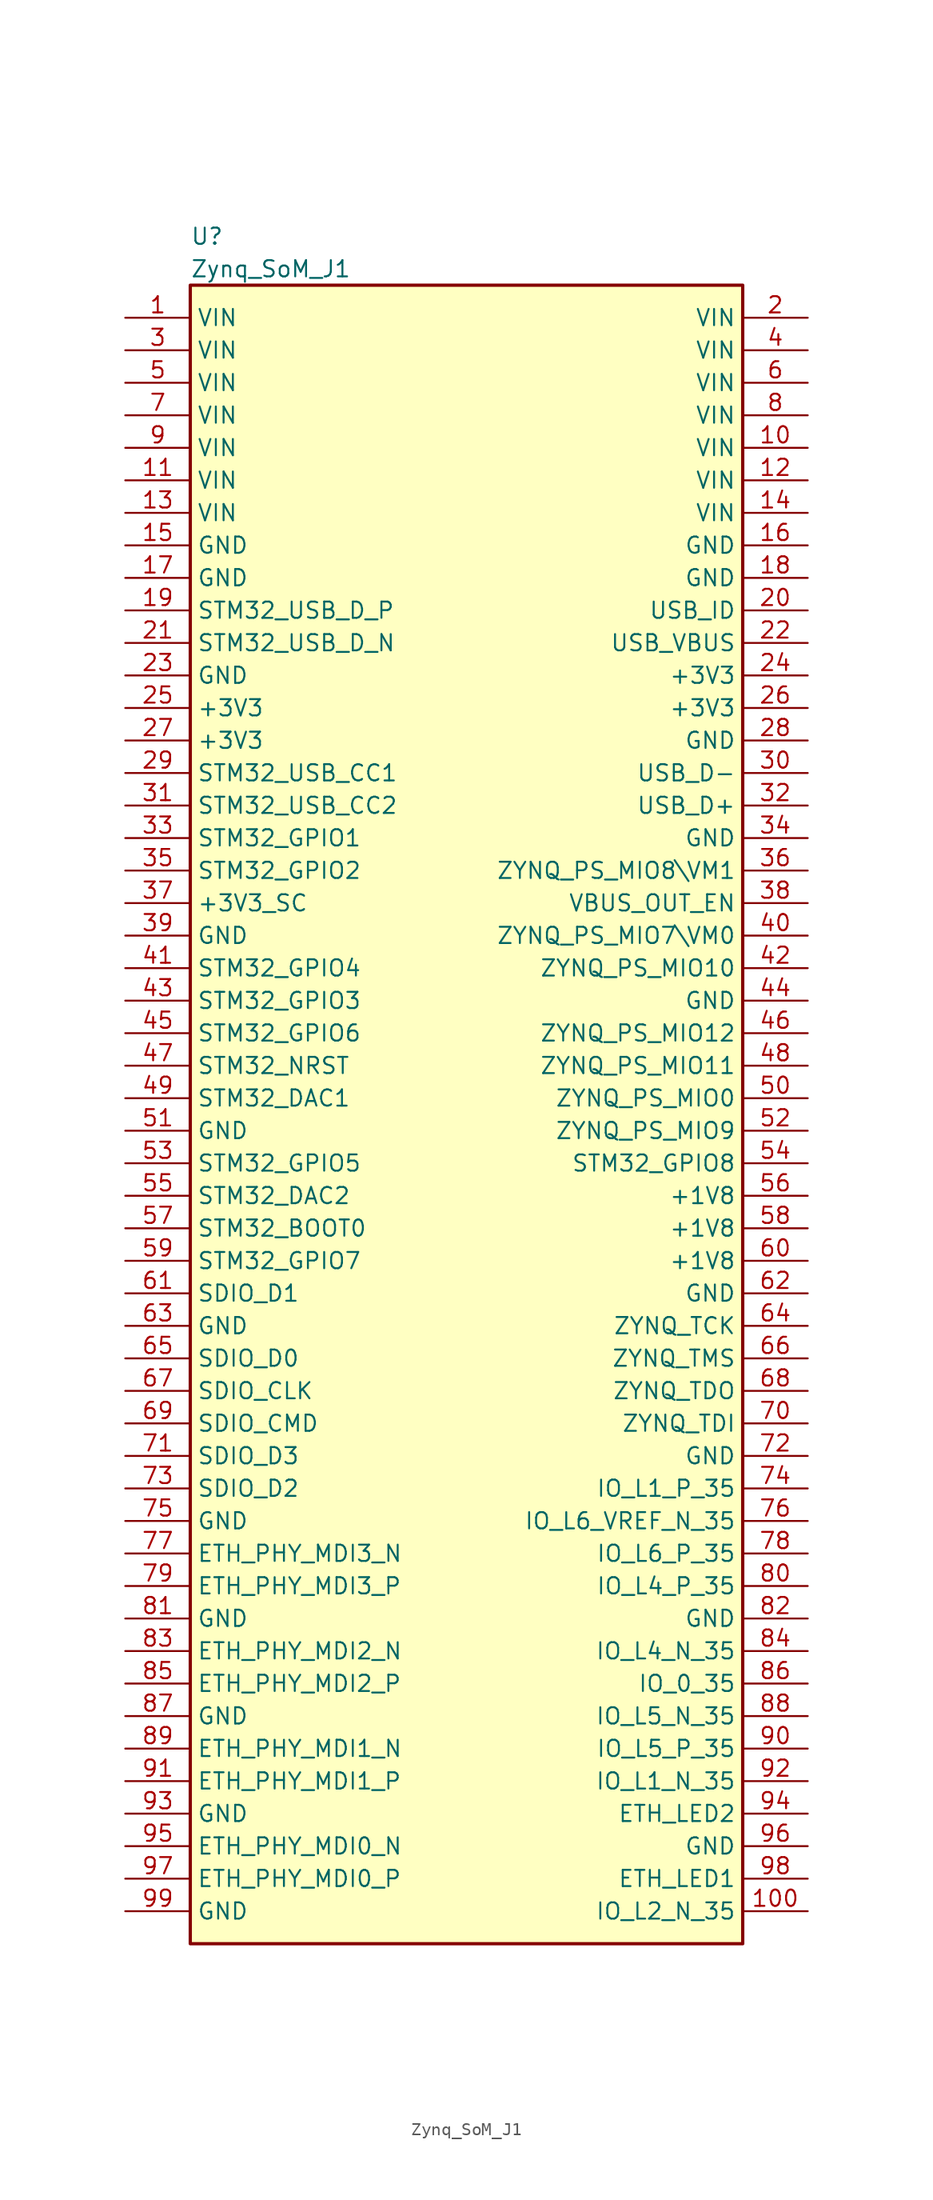
<source format=kicad_sym>
(kicad_symbol_lib
  (version 20231120)
  (generator "kicad_symbol_editor")
  (generator_version "8.0")
  (symbol "Zynq_SoM_J1"
    (property "Reference" "U"
      (at 5.08 6.35 0)
      (effects (font (size 1.27 1.27)) (justify left)))
    (property "Value" "Zynq_SoM_J1"
      (at 5.08 3.81 0)
      (effects (font (size 1.27 1.27)) (justify left)))
    (property "ki_locked" ""
      (at 0 0 0)
      (effects (font (size 1.27 1.27))))
    (symbol "Zynq_SoM_J1_1_1"
      (rectangle (start 5.08 2.54) (end 48.26 -127) (stroke (width 0.254) (type solid)) (fill (type background)))
      (pin bidirectional line (at 0 0 0) (length 5.08) (name "VIN" (effects (font (size 1.27 1.27)))) (number "1" (effects (font (size 1.27 1.27)))))
      (pin bidirectional line (at 53.34 -10.16 180) (length 5.08) (name "VIN" (effects (font (size 1.27 1.27)))) (number "10" (effects (font (size 1.27 1.27)))))
      (pin bidirectional line (at 53.34 -124.46 180) (length 5.08) (name "IO_L2_N_35" (effects (font (size 1.27 1.27)))) (number "100" (effects (font (size 1.27 1.27)))))
      (pin bidirectional line (at 0 -12.7 0) (length 5.08) (name "VIN" (effects (font (size 1.27 1.27)))) (number "11" (effects (font (size 1.27 1.27)))))
      (pin bidirectional line (at 53.34 -12.7 180) (length 5.08) (name "VIN" (effects (font (size 1.27 1.27)))) (number "12" (effects (font (size 1.27 1.27)))))
      (pin bidirectional line (at 0 -15.24 0) (length 5.08) (name "VIN" (effects (font (size 1.27 1.27)))) (number "13" (effects (font (size 1.27 1.27)))))
      (pin bidirectional line (at 53.34 -15.24 180) (length 5.08) (name "VIN" (effects (font (size 1.27 1.27)))) (number "14" (effects (font (size 1.27 1.27)))))
      (pin bidirectional line (at 0 -17.78 0) (length 5.08) (name "GND" (effects (font (size 1.27 1.27)))) (number "15" (effects (font (size 1.27 1.27)))))
      (pin bidirectional line (at 53.34 -17.78 180) (length 5.08) (name "GND" (effects (font (size 1.27 1.27)))) (number "16" (effects (font (size 1.27 1.27)))))
      (pin bidirectional line (at 0 -20.32 0) (length 5.08) (name "GND" (effects (font (size 1.27 1.27)))) (number "17" (effects (font (size 1.27 1.27)))))
      (pin bidirectional line (at 53.34 -20.32 180) (length 5.08) (name "GND" (effects (font (size 1.27 1.27)))) (number "18" (effects (font (size 1.27 1.27)))))
      (pin bidirectional line (at 0 -22.86 0) (length 5.08) (name "STM32_USB_D_P" (effects (font (size 1.27 1.27)))) (number "19" (effects (font (size 1.27 1.27)))))
      (pin bidirectional line (at 53.34 0 180) (length 5.08) (name "VIN" (effects (font (size 1.27 1.27)))) (number "2" (effects (font (size 1.27 1.27)))))
      (pin bidirectional line (at 53.34 -22.86 180) (length 5.08) (name "USB_ID" (effects (font (size 1.27 1.27)))) (number "20" (effects (font (size 1.27 1.27)))))
      (pin bidirectional line (at 0 -25.4 0) (length 5.08) (name "STM32_USB_D_N" (effects (font (size 1.27 1.27)))) (number "21" (effects (font (size 1.27 1.27)))))
      (pin bidirectional line (at 53.34 -25.4 180) (length 5.08) (name "USB_VBUS" (effects (font (size 1.27 1.27)))) (number "22" (effects (font (size 1.27 1.27)))))
      (pin bidirectional line (at 0 -27.94 0) (length 5.08) (name "GND" (effects (font (size 1.27 1.27)))) (number "23" (effects (font (size 1.27 1.27)))))
      (pin bidirectional line (at 53.34 -27.94 180) (length 5.08) (name "+3V3" (effects (font (size 1.27 1.27)))) (number "24" (effects (font (size 1.27 1.27)))))
      (pin bidirectional line (at 0 -30.48 0) (length 5.08) (name "+3V3" (effects (font (size 1.27 1.27)))) (number "25" (effects (font (size 1.27 1.27)))))
      (pin bidirectional line (at 53.34 -30.48 180) (length 5.08) (name "+3V3" (effects (font (size 1.27 1.27)))) (number "26" (effects (font (size 1.27 1.27)))))
      (pin bidirectional line (at 0 -33.02 0) (length 5.08) (name "+3V3" (effects (font (size 1.27 1.27)))) (number "27" (effects (font (size 1.27 1.27)))))
      (pin bidirectional line (at 53.34 -33.02 180) (length 5.08) (name "GND" (effects (font (size 1.27 1.27)))) (number "28" (effects (font (size 1.27 1.27)))))
      (pin bidirectional line (at 0 -35.56 0) (length 5.08) (name "STM32_USB_CC1" (effects (font (size 1.27 1.27)))) (number "29" (effects (font (size 1.27 1.27)))))
      (pin bidirectional line (at 0 -2.54 0) (length 5.08) (name "VIN" (effects (font (size 1.27 1.27)))) (number "3" (effects (font (size 1.27 1.27)))))
      (pin bidirectional line (at 53.34 -35.56 180) (length 5.08) (name "USB_D-" (effects (font (size 1.27 1.27)))) (number "30" (effects (font (size 1.27 1.27)))))
      (pin bidirectional line (at 0 -38.1 0) (length 5.08) (name "STM32_USB_CC2" (effects (font (size 1.27 1.27)))) (number "31" (effects (font (size 1.27 1.27)))))
      (pin bidirectional line (at 53.34 -38.1 180) (length 5.08) (name "USB_D+" (effects (font (size 1.27 1.27)))) (number "32" (effects (font (size 1.27 1.27)))))
      (pin bidirectional line (at 0 -40.64 0) (length 5.08) (name "STM32_GPIO1" (effects (font (size 1.27 1.27)))) (number "33" (effects (font (size 1.27 1.27)))))
      (pin bidirectional line (at 53.34 -40.64 180) (length 5.08) (name "GND" (effects (font (size 1.27 1.27)))) (number "34" (effects (font (size 1.27 1.27)))))
      (pin bidirectional line (at 0 -43.18 0) (length 5.08) (name "STM32_GPIO2" (effects (font (size 1.27 1.27)))) (number "35" (effects (font (size 1.27 1.27)))))
      (pin bidirectional line (at 53.34 -43.18 180) (length 5.08) (name "ZYNQ_PS_MIO8\\VM1" (effects (font (size 1.27 1.27)))) (number "36" (effects (font (size 1.27 1.27)))))
      (pin bidirectional line (at 0 -45.72 0) (length 5.08) (name "+3V3_SC" (effects (font (size 1.27 1.27)))) (number "37" (effects (font (size 1.27 1.27)))))
      (pin bidirectional line (at 53.34 -45.72 180) (length 5.08) (name "VBUS_OUT_EN" (effects (font (size 1.27 1.27)))) (number "38" (effects (font (size 1.27 1.27)))))
      (pin bidirectional line (at 0 -48.26 0) (length 5.08) (name "GND" (effects (font (size 1.27 1.27)))) (number "39" (effects (font (size 1.27 1.27)))))
      (pin bidirectional line (at 53.34 -2.54 180) (length 5.08) (name "VIN" (effects (font (size 1.27 1.27)))) (number "4" (effects (font (size 1.27 1.27)))))
      (pin bidirectional line (at 53.34 -48.26 180) (length 5.08) (name "ZYNQ_PS_MIO7\\VM0" (effects (font (size 1.27 1.27)))) (number "40" (effects (font (size 1.27 1.27)))))
      (pin bidirectional line (at 0 -50.8 0) (length 5.08) (name "STM32_GPIO4" (effects (font (size 1.27 1.27)))) (number "41" (effects (font (size 1.27 1.27)))))
      (pin bidirectional line (at 53.34 -50.8 180) (length 5.08) (name "ZYNQ_PS_MIO10" (effects (font (size 1.27 1.27)))) (number "42" (effects (font (size 1.27 1.27)))))
      (pin bidirectional line (at 0 -53.34 0) (length 5.08) (name "STM32_GPIO3" (effects (font (size 1.27 1.27)))) (number "43" (effects (font (size 1.27 1.27)))))
      (pin bidirectional line (at 53.34 -53.34 180) (length 5.08) (name "GND" (effects (font (size 1.27 1.27)))) (number "44" (effects (font (size 1.27 1.27)))))
      (pin bidirectional line (at 0 -55.88 0) (length 5.08) (name "STM32_GPIO6" (effects (font (size 1.27 1.27)))) (number "45" (effects (font (size 1.27 1.27)))))
      (pin bidirectional line (at 53.34 -55.88 180) (length 5.08) (name "ZYNQ_PS_MIO12" (effects (font (size 1.27 1.27)))) (number "46" (effects (font (size 1.27 1.27)))))
      (pin bidirectional line (at 0 -58.42 0) (length 5.08) (name "STM32_NRST" (effects (font (size 1.27 1.27)))) (number "47" (effects (font (size 1.27 1.27)))))
      (pin bidirectional line (at 53.34 -58.42 180) (length 5.08) (name "ZYNQ_PS_MIO11" (effects (font (size 1.27 1.27)))) (number "48" (effects (font (size 1.27 1.27)))))
      (pin bidirectional line (at 0 -60.96 0) (length 5.08) (name "STM32_DAC1" (effects (font (size 1.27 1.27)))) (number "49" (effects (font (size 1.27 1.27)))))
      (pin bidirectional line (at 0 -5.08 0) (length 5.08) (name "VIN" (effects (font (size 1.27 1.27)))) (number "5" (effects (font (size 1.27 1.27)))))
      (pin bidirectional line (at 53.34 -60.96 180) (length 5.08) (name "ZYNQ_PS_MIO0" (effects (font (size 1.27 1.27)))) (number "50" (effects (font (size 1.27 1.27)))))
      (pin bidirectional line (at 0 -63.5 0) (length 5.08) (name "GND" (effects (font (size 1.27 1.27)))) (number "51" (effects (font (size 1.27 1.27)))))
      (pin bidirectional line (at 53.34 -63.5 180) (length 5.08) (name "ZYNQ_PS_MIO9" (effects (font (size 1.27 1.27)))) (number "52" (effects (font (size 1.27 1.27)))))
      (pin bidirectional line (at 0 -66.04 0) (length 5.08) (name "STM32_GPIO5" (effects (font (size 1.27 1.27)))) (number "53" (effects (font (size 1.27 1.27)))))
      (pin bidirectional line (at 53.34 -66.04 180) (length 5.08) (name "STM32_GPIO8" (effects (font (size 1.27 1.27)))) (number "54" (effects (font (size 1.27 1.27)))))
      (pin bidirectional line (at 0 -68.58 0) (length 5.08) (name "STM32_DAC2" (effects (font (size 1.27 1.27)))) (number "55" (effects (font (size 1.27 1.27)))))
      (pin bidirectional line (at 53.34 -68.58 180) (length 5.08) (name "+1V8" (effects (font (size 1.27 1.27)))) (number "56" (effects (font (size 1.27 1.27)))))
      (pin bidirectional line (at 0 -71.12 0) (length 5.08) (name "STM32_BOOT0" (effects (font (size 1.27 1.27)))) (number "57" (effects (font (size 1.27 1.27)))))
      (pin bidirectional line (at 53.34 -71.12 180) (length 5.08) (name "+1V8" (effects (font (size 1.27 1.27)))) (number "58" (effects (font (size 1.27 1.27)))))
      (pin bidirectional line (at 0 -73.66 0) (length 5.08) (name "STM32_GPIO7" (effects (font (size 1.27 1.27)))) (number "59" (effects (font (size 1.27 1.27)))))
      (pin bidirectional line (at 53.34 -5.08 180) (length 5.08) (name "VIN" (effects (font (size 1.27 1.27)))) (number "6" (effects (font (size 1.27 1.27)))))
      (pin bidirectional line (at 53.34 -73.66 180) (length 5.08) (name "+1V8" (effects (font (size 1.27 1.27)))) (number "60" (effects (font (size 1.27 1.27)))))
      (pin bidirectional line (at 0 -76.2 0) (length 5.08) (name "SDIO_D1" (effects (font (size 1.27 1.27)))) (number "61" (effects (font (size 1.27 1.27)))))
      (pin bidirectional line (at 53.34 -76.2 180) (length 5.08) (name "GND" (effects (font (size 1.27 1.27)))) (number "62" (effects (font (size 1.27 1.27)))))
      (pin bidirectional line (at 0 -78.74 0) (length 5.08) (name "GND" (effects (font (size 1.27 1.27)))) (number "63" (effects (font (size 1.27 1.27)))))
      (pin bidirectional line (at 53.34 -78.74 180) (length 5.08) (name "ZYNQ_TCK" (effects (font (size 1.27 1.27)))) (number "64" (effects (font (size 1.27 1.27)))))
      (pin bidirectional line (at 0 -81.28 0) (length 5.08) (name "SDIO_D0" (effects (font (size 1.27 1.27)))) (number "65" (effects (font (size 1.27 1.27)))))
      (pin bidirectional line (at 53.34 -81.28 180) (length 5.08) (name "ZYNQ_TMS" (effects (font (size 1.27 1.27)))) (number "66" (effects (font (size 1.27 1.27)))))
      (pin bidirectional line (at 0 -83.82 0) (length 5.08) (name "SDIO_CLK" (effects (font (size 1.27 1.27)))) (number "67" (effects (font (size 1.27 1.27)))))
      (pin bidirectional line (at 53.34 -83.82 180) (length 5.08) (name "ZYNQ_TDO" (effects (font (size 1.27 1.27)))) (number "68" (effects (font (size 1.27 1.27)))))
      (pin bidirectional line (at 0 -86.36 0) (length 5.08) (name "SDIO_CMD" (effects (font (size 1.27 1.27)))) (number "69" (effects (font (size 1.27 1.27)))))
      (pin bidirectional line (at 0 -7.62 0) (length 5.08) (name "VIN" (effects (font (size 1.27 1.27)))) (number "7" (effects (font (size 1.27 1.27)))))
      (pin bidirectional line (at 53.34 -86.36 180) (length 5.08) (name "ZYNQ_TDI" (effects (font (size 1.27 1.27)))) (number "70" (effects (font (size 1.27 1.27)))))
      (pin bidirectional line (at 0 -88.9 0) (length 5.08) (name "SDIO_D3" (effects (font (size 1.27 1.27)))) (number "71" (effects (font (size 1.27 1.27)))))
      (pin bidirectional line (at 53.34 -88.9 180) (length 5.08) (name "GND" (effects (font (size 1.27 1.27)))) (number "72" (effects (font (size 1.27 1.27)))))
      (pin bidirectional line (at 0 -91.44 0) (length 5.08) (name "SDIO_D2" (effects (font (size 1.27 1.27)))) (number "73" (effects (font (size 1.27 1.27)))))
      (pin bidirectional line (at 53.34 -91.44 180) (length 5.08) (name "IO_L1_P_35" (effects (font (size 1.27 1.27)))) (number "74" (effects (font (size 1.27 1.27)))))
      (pin bidirectional line (at 0 -93.98 0) (length 5.08) (name "GND" (effects (font (size 1.27 1.27)))) (number "75" (effects (font (size 1.27 1.27)))))
      (pin bidirectional line (at 53.34 -93.98 180) (length 5.08) (name "IO_L6_VREF_N_35" (effects (font (size 1.27 1.27)))) (number "76" (effects (font (size 1.27 1.27)))))
      (pin bidirectional line (at 0 -96.52 0) (length 5.08) (name "ETH_PHY_MDI3_N" (effects (font (size 1.27 1.27)))) (number "77" (effects (font (size 1.27 1.27)))))
      (pin bidirectional line (at 53.34 -96.52 180) (length 5.08) (name "IO_L6_P_35" (effects (font (size 1.27 1.27)))) (number "78" (effects (font (size 1.27 1.27)))))
      (pin bidirectional line (at 0 -99.06 0) (length 5.08) (name "ETH_PHY_MDI3_P" (effects (font (size 1.27 1.27)))) (number "79" (effects (font (size 1.27 1.27)))))
      (pin bidirectional line (at 53.34 -7.62 180) (length 5.08) (name "VIN" (effects (font (size 1.27 1.27)))) (number "8" (effects (font (size 1.27 1.27)))))
      (pin bidirectional line (at 53.34 -99.06 180) (length 5.08) (name "IO_L4_P_35" (effects (font (size 1.27 1.27)))) (number "80" (effects (font (size 1.27 1.27)))))
      (pin bidirectional line (at 0 -101.6 0) (length 5.08) (name "GND" (effects (font (size 1.27 1.27)))) (number "81" (effects (font (size 1.27 1.27)))))
      (pin bidirectional line (at 53.34 -101.6 180) (length 5.08) (name "GND" (effects (font (size 1.27 1.27)))) (number "82" (effects (font (size 1.27 1.27)))))
      (pin bidirectional line (at 0 -104.14 0) (length 5.08) (name "ETH_PHY_MDI2_N" (effects (font (size 1.27 1.27)))) (number "83" (effects (font (size 1.27 1.27)))))
      (pin bidirectional line (at 53.34 -104.14 180) (length 5.08) (name "IO_L4_N_35" (effects (font (size 1.27 1.27)))) (number "84" (effects (font (size 1.27 1.27)))))
      (pin bidirectional line (at 0 -106.68 0) (length 5.08) (name "ETH_PHY_MDI2_P" (effects (font (size 1.27 1.27)))) (number "85" (effects (font (size 1.27 1.27)))))
      (pin bidirectional line (at 53.34 -106.68 180) (length 5.08) (name "IO_0_35" (effects (font (size 1.27 1.27)))) (number "86" (effects (font (size 1.27 1.27)))))
      (pin bidirectional line (at 0 -109.22 0) (length 5.08) (name "GND" (effects (font (size 1.27 1.27)))) (number "87" (effects (font (size 1.27 1.27)))))
      (pin bidirectional line (at 53.34 -109.22 180) (length 5.08) (name "IO_L5_N_35" (effects (font (size 1.27 1.27)))) (number "88" (effects (font (size 1.27 1.27)))))
      (pin bidirectional line (at 0 -111.76 0) (length 5.08) (name "ETH_PHY_MDI1_N" (effects (font (size 1.27 1.27)))) (number "89" (effects (font (size 1.27 1.27)))))
      (pin bidirectional line (at 0 -10.16 0) (length 5.08) (name "VIN" (effects (font (size 1.27 1.27)))) (number "9" (effects (font (size 1.27 1.27)))))
      (pin bidirectional line (at 53.34 -111.76 180) (length 5.08) (name "IO_L5_P_35" (effects (font (size 1.27 1.27)))) (number "90" (effects (font (size 1.27 1.27)))))
      (pin bidirectional line (at 0 -114.3 0) (length 5.08) (name "ETH_PHY_MDI1_P" (effects (font (size 1.27 1.27)))) (number "91" (effects (font (size 1.27 1.27)))))
      (pin bidirectional line (at 53.34 -114.3 180) (length 5.08) (name "IO_L1_N_35" (effects (font (size 1.27 1.27)))) (number "92" (effects (font (size 1.27 1.27)))))
      (pin bidirectional line (at 0 -116.84 0) (length 5.08) (name "GND" (effects (font (size 1.27 1.27)))) (number "93" (effects (font (size 1.27 1.27)))))
      (pin bidirectional line (at 53.34 -116.84 180) (length 5.08) (name "ETH_LED2" (effects (font (size 1.27 1.27)))) (number "94" (effects (font (size 1.27 1.27)))))
      (pin bidirectional line (at 0 -119.38 0) (length 5.08) (name "ETH_PHY_MDI0_N" (effects (font (size 1.27 1.27)))) (number "95" (effects (font (size 1.27 1.27)))))
      (pin bidirectional line (at 53.34 -119.38 180) (length 5.08) (name "GND" (effects (font (size 1.27 1.27)))) (number "96" (effects (font (size 1.27 1.27)))))
      (pin bidirectional line (at 0 -121.92 0) (length 5.08) (name "ETH_PHY_MDI0_P" (effects (font (size 1.27 1.27)))) (number "97" (effects (font (size 1.27 1.27)))))
      (pin bidirectional line (at 53.34 -121.92 180) (length 5.08) (name "ETH_LED1" (effects (font (size 1.27 1.27)))) (number "98" (effects (font (size 1.27 1.27)))))
      (pin bidirectional line (at 0 -124.46 0) (length 5.08) (name "GND" (effects (font (size 1.27 1.27)))) (number "99" (effects (font (size 1.27 1.27))))))))
</source>
